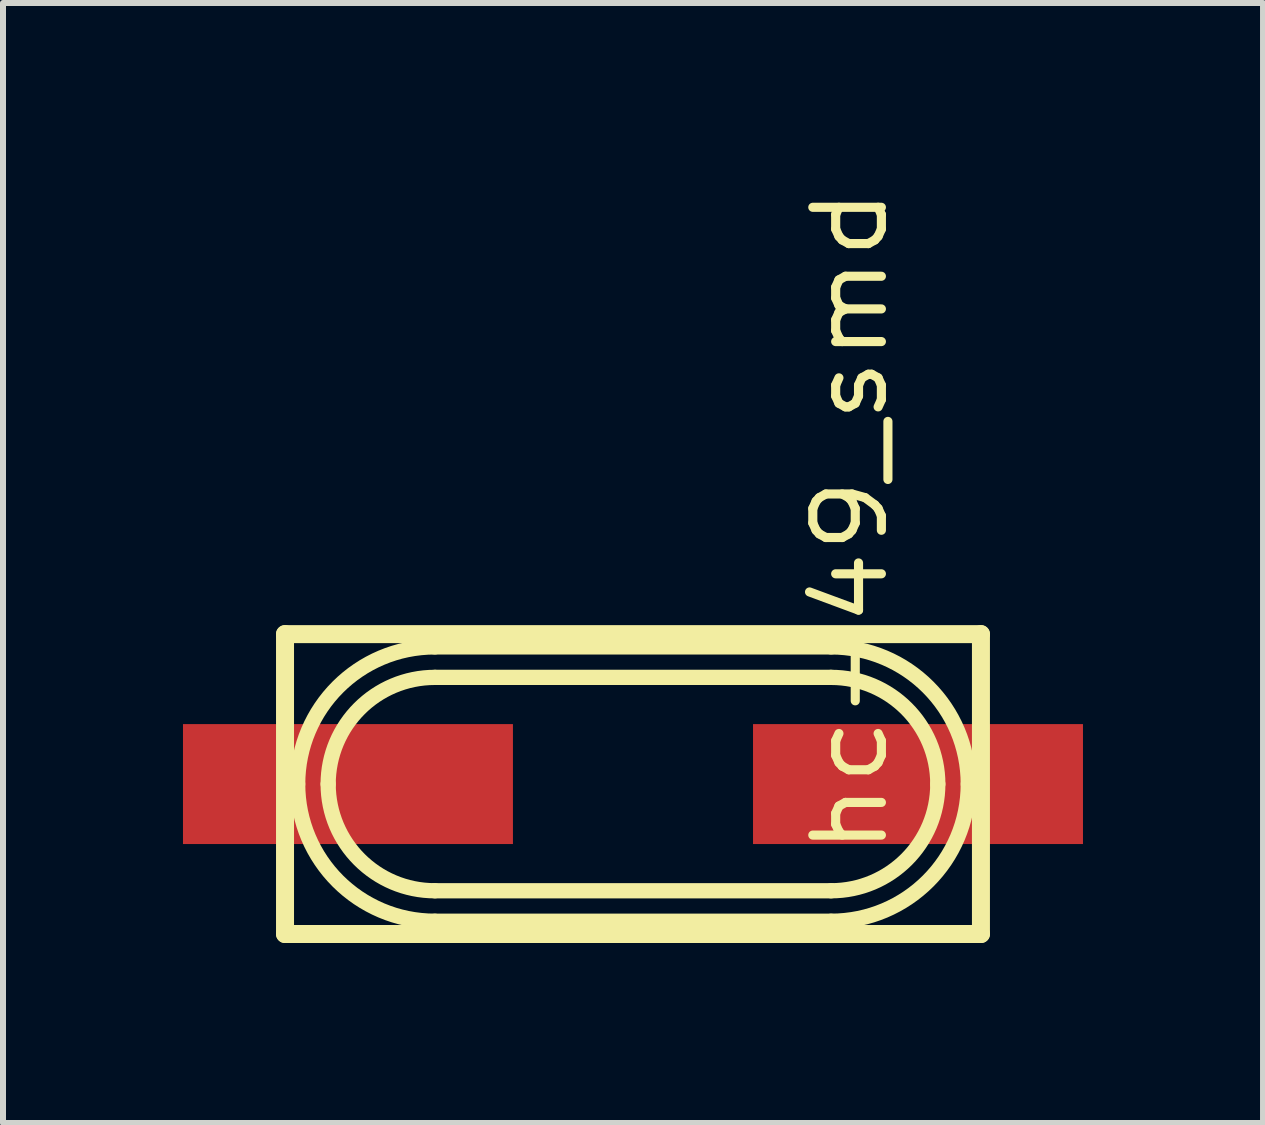
<source format=kicad_pcb>
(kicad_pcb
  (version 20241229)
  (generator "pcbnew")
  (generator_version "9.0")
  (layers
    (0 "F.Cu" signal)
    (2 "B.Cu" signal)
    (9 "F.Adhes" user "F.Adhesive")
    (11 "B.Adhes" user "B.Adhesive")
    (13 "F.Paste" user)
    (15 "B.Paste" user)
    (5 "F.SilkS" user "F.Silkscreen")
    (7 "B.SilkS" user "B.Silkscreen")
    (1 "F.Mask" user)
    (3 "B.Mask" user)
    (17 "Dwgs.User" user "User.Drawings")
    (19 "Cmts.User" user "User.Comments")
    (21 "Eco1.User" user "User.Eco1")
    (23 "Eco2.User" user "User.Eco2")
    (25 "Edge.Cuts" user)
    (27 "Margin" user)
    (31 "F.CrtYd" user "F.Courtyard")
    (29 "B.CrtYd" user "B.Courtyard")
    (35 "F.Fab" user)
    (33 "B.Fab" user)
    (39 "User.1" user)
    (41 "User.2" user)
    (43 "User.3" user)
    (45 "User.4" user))
  (footprint "hc-49_smd"
    (layer "F.Cu")
    (at 7.499 10.017)
    (property "Reference" "hc-49_smd" (at 3.619 -4.381 90) (layer "F.SilkS") (effects (font (size 1.143 1.27) (thickness 0.152))))
    (attr smd)
    (fp_line (start -5.799 -2.499) (end -5.799 2.499) (stroke (width 0.3) (type solid)) (layer "F.SilkS"))
    (fp_line (start -5.799 2.499) (end 5.799 2.499) (stroke (width 0.3) (type solid)) (layer "F.SilkS"))
    (fp_line (start -3.302 -2.286) (end 3.302 -2.286) (stroke (width 0.254) (type solid)) (layer "F.SilkS"))
    (fp_line (start -3.302 1.778) (end 3.302 1.778) (stroke (width 0.254) (type solid)) (layer "F.SilkS"))
    (fp_line (start 3.302 -1.778) (end -3.302 -1.778) (stroke (width 0.254) (type solid)) (layer "F.SilkS"))
    (fp_line (start 3.302 2.286) (end -3.302 2.286) (stroke (width 0.254) (type solid)) (layer "F.SilkS"))
    (fp_line (start 5.799 -2.499) (end -5.799 -2.499) (stroke (width 0.3) (type solid)) (layer "F.SilkS"))
    (fp_line (start 5.799 2.499) (end 5.799 -2.499) (stroke (width 0.3) (type solid)) (layer "F.SilkS"))
    (fp_arc (start -5.588 0) (mid -4.918446 -1.616446) (end -3.302 -2.286) (stroke (width 0.254) (type solid)) (layer "F.SilkS"))
    (fp_arc (start -5.08 0) (mid -4.559236 -1.257236) (end -3.302 -1.778) (stroke (width 0.254) (type solid)) (layer "F.SilkS"))
    (fp_arc (start -3.302 1.778) (mid -4.559236 1.257236) (end -5.08 0) (stroke (width 0.254) (type solid)) (layer "F.SilkS"))
    (fp_arc (start -3.302 2.286) (mid -4.918446 1.616446) (end -5.588 0) (stroke (width 0.254) (type solid)) (layer "F.SilkS"))
    (fp_arc (start 3.302 -2.286) (mid 4.918446 -1.616446) (end 5.588 0) (stroke (width 0.254) (type solid)) (layer "F.SilkS"))
    (fp_arc (start 3.302 -1.778) (mid 4.559236 -1.257236) (end 5.08 0) (stroke (width 0.254) (type solid)) (layer "F.SilkS"))
    (fp_arc (start 5.08 0) (mid 4.559236 1.257236) (end 3.302 1.778) (stroke (width 0.254) (type solid)) (layer "F.SilkS"))
    (fp_arc (start 5.588 0) (mid 4.918446 1.616446) (end 3.302 2.286) (stroke (width 0.254) (type solid)) (layer "F.SilkS"))
    (pad "1" smd rect (at -4.75 0) (size 5.499 1.999) (layers "F.Cu" "F.Mask" "F.Paste"))
    (pad "2" smd rect (at 4.75 0) (size 5.499 1.999) (layers "F.Cu" "F.Mask" "F.Paste")))
  (gr_rect
    (start -3 -3)
    (end 17.999 15.666)
    (stroke (width 0.1) (type default))
    (fill no)
    (layer "Edge.Cuts")))
</source>
